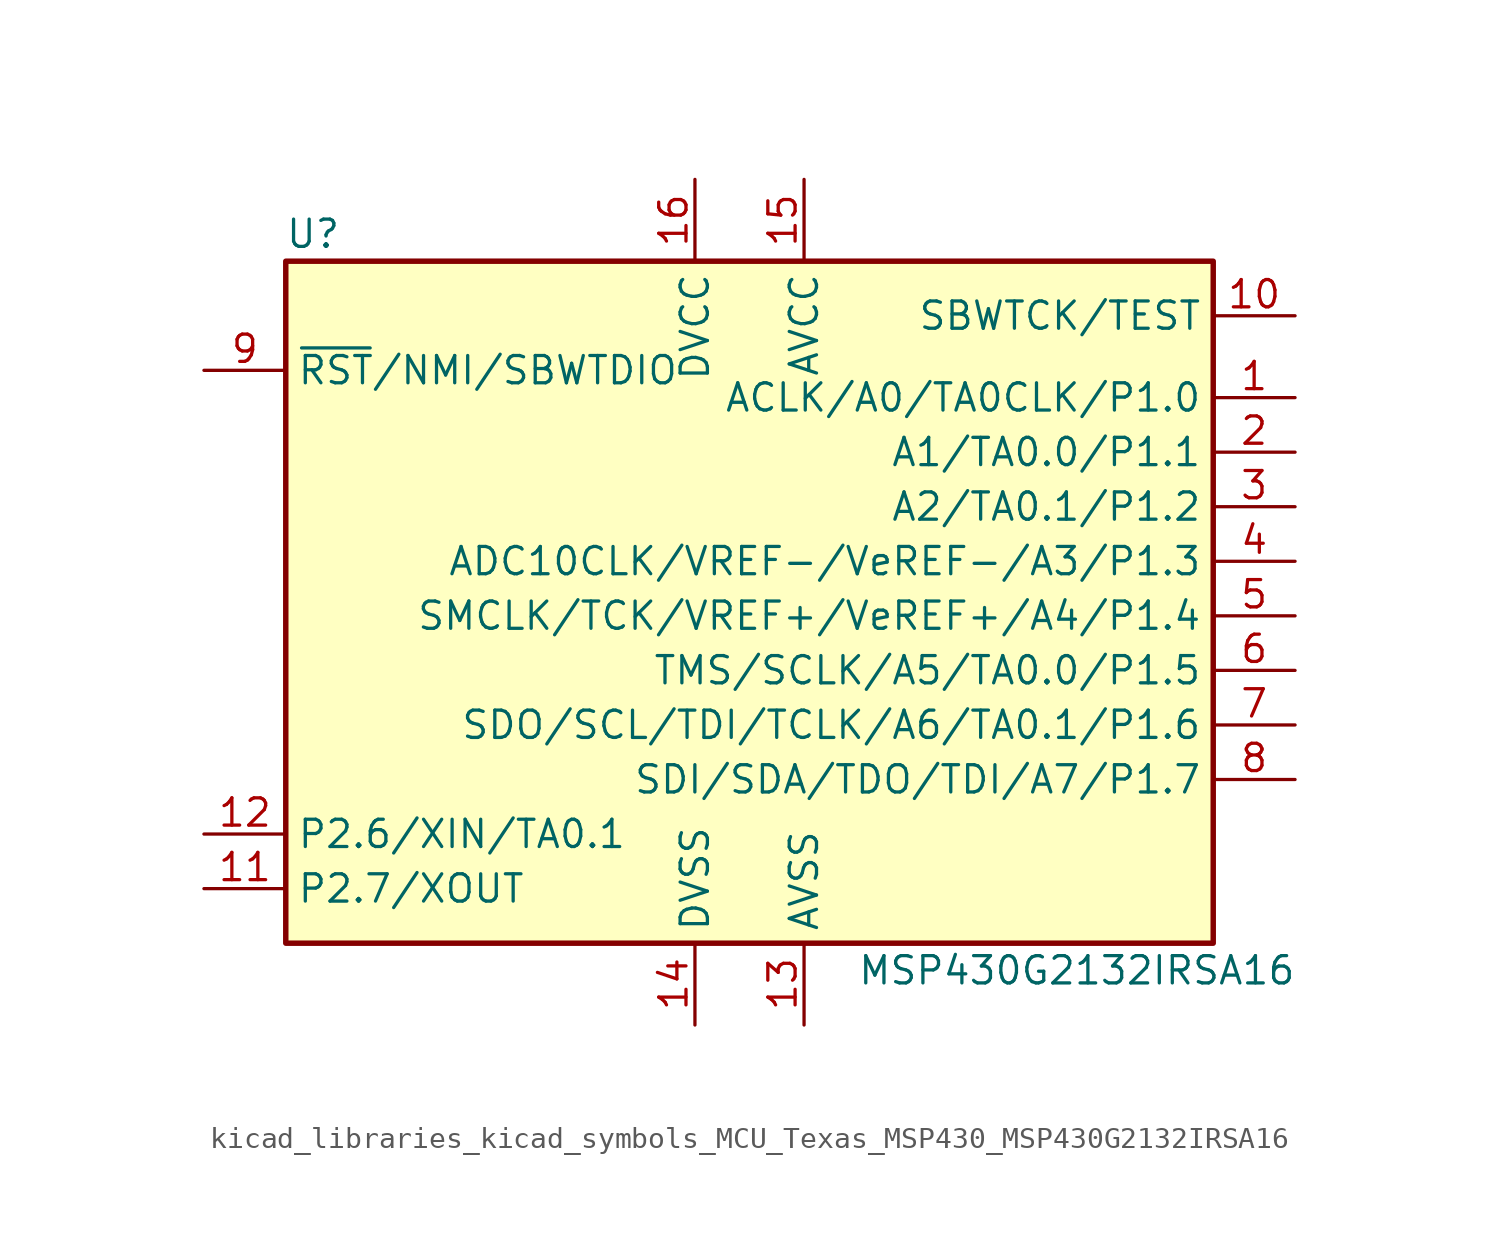
<source format=kicad_sym>
(kicad_symbol_lib
  (version 20220914)
  (generator kicad_symbol_editor)
  (symbol "kicad_libraries_kicad_symbols_MCU_Texas_MSP430_MSP430G2132IRSA16"
    (property "Reference" "U"
      (at -20.32 17.78 0)
      (effects (font (size 1.27 1.27))))
    (property "Value" "MSP430G2132IRSA16"
      (at 15.24 -16.51 0)
      (effects (font (size 1.27 1.27))))
    (symbol "kicad_libraries_kicad_symbols_MCU_Texas_MSP430_MSP430G2132IRSA16_0_1"
      (rectangle (start -21.59 16.51) (end 21.59 -15.24) (stroke (width 0.254) (type default)) (fill (type background))))
    (symbol "kicad_libraries_kicad_symbols_MCU_Texas_MSP430_MSP430G2132IRSA16_1_1"
      (pin bidirectional line (at 25.4 10.16 180) (length 3.81) (name "ACLK/A0/TA0CLK/P1.0" (effects (font (size 1.27 1.27)))) (number "1" (effects (font (size 1.27 1.27)))))
      (pin input line (at 25.4 13.97 180) (length 3.81) (name "SBWTCK/TEST" (effects (font (size 1.27 1.27)))) (number "10" (effects (font (size 1.27 1.27)))))
      (pin bidirectional line (at -25.4 -12.7 0) (length 3.81) (name "P2.7/XOUT" (effects (font (size 1.27 1.27)))) (number "11" (effects (font (size 1.27 1.27)))))
      (pin bidirectional line (at -25.4 -10.16 0) (length 3.81) (name "P2.6/XIN/TA0.1" (effects (font (size 1.27 1.27)))) (number "12" (effects (font (size 1.27 1.27)))))
      (pin power_in line (at 2.54 -19.05 90) (length 3.81) (name "AVSS" (effects (font (size 1.27 1.27)))) (number "13" (effects (font (size 1.27 1.27)))))
      (pin power_in line (at -2.54 -19.05 90) (length 3.81) (name "DVSS" (effects (font (size 1.27 1.27)))) (number "14" (effects (font (size 1.27 1.27)))))
      (pin power_in line (at 2.54 20.32 270) (length 3.81) (name "AVCC" (effects (font (size 1.27 1.27)))) (number "15" (effects (font (size 1.27 1.27)))))
      (pin power_in line (at -2.54 20.32 270) (length 3.81) (name "DVCC" (effects (font (size 1.27 1.27)))) (number "16" (effects (font (size 1.27 1.27)))))
      (pin bidirectional line (at 25.4 7.62 180) (length 3.81) (name "A1/TA0.0/P1.1" (effects (font (size 1.27 1.27)))) (number "2" (effects (font (size 1.27 1.27)))))
      (pin bidirectional line (at 25.4 5.08 180) (length 3.81) (name "A2/TA0.1/P1.2" (effects (font (size 1.27 1.27)))) (number "3" (effects (font (size 1.27 1.27)))))
      (pin bidirectional line (at 25.4 2.54 180) (length 3.81) (name "ADC10CLK/VREF-/VeREF-/A3/P1.3" (effects (font (size 1.27 1.27)))) (number "4" (effects (font (size 1.27 1.27)))))
      (pin bidirectional line (at 25.4 0 180) (length 3.81) (name "SMCLK/TCK/VREF+/VeREF+/A4/P1.4" (effects (font (size 1.27 1.27)))) (number "5" (effects (font (size 1.27 1.27)))))
      (pin bidirectional line (at 25.4 -2.54 180) (length 3.81) (name "TMS/SCLK/A5/TA0.0/P1.5" (effects (font (size 1.27 1.27)))) (number "6" (effects (font (size 1.27 1.27)))))
      (pin bidirectional line (at 25.4 -5.08 180) (length 3.81) (name "SDO/SCL/TDI/TCLK/A6/TA0.1/P1.6" (effects (font (size 1.27 1.27)))) (number "7" (effects (font (size 1.27 1.27)))))
      (pin bidirectional line (at 25.4 -7.62 180) (length 3.81) (name "SDI/SDA/TDO/TDI/A7/P1.7" (effects (font (size 1.27 1.27)))) (number "8" (effects (font (size 1.27 1.27)))))
      (pin input line (at -25.4 11.43 0) (length 3.81) (name "~{RST}/NMI/SBWTDIO" (effects (font (size 1.27 1.27)))) (number "9" (effects (font (size 1.27 1.27))))))))
</source>
